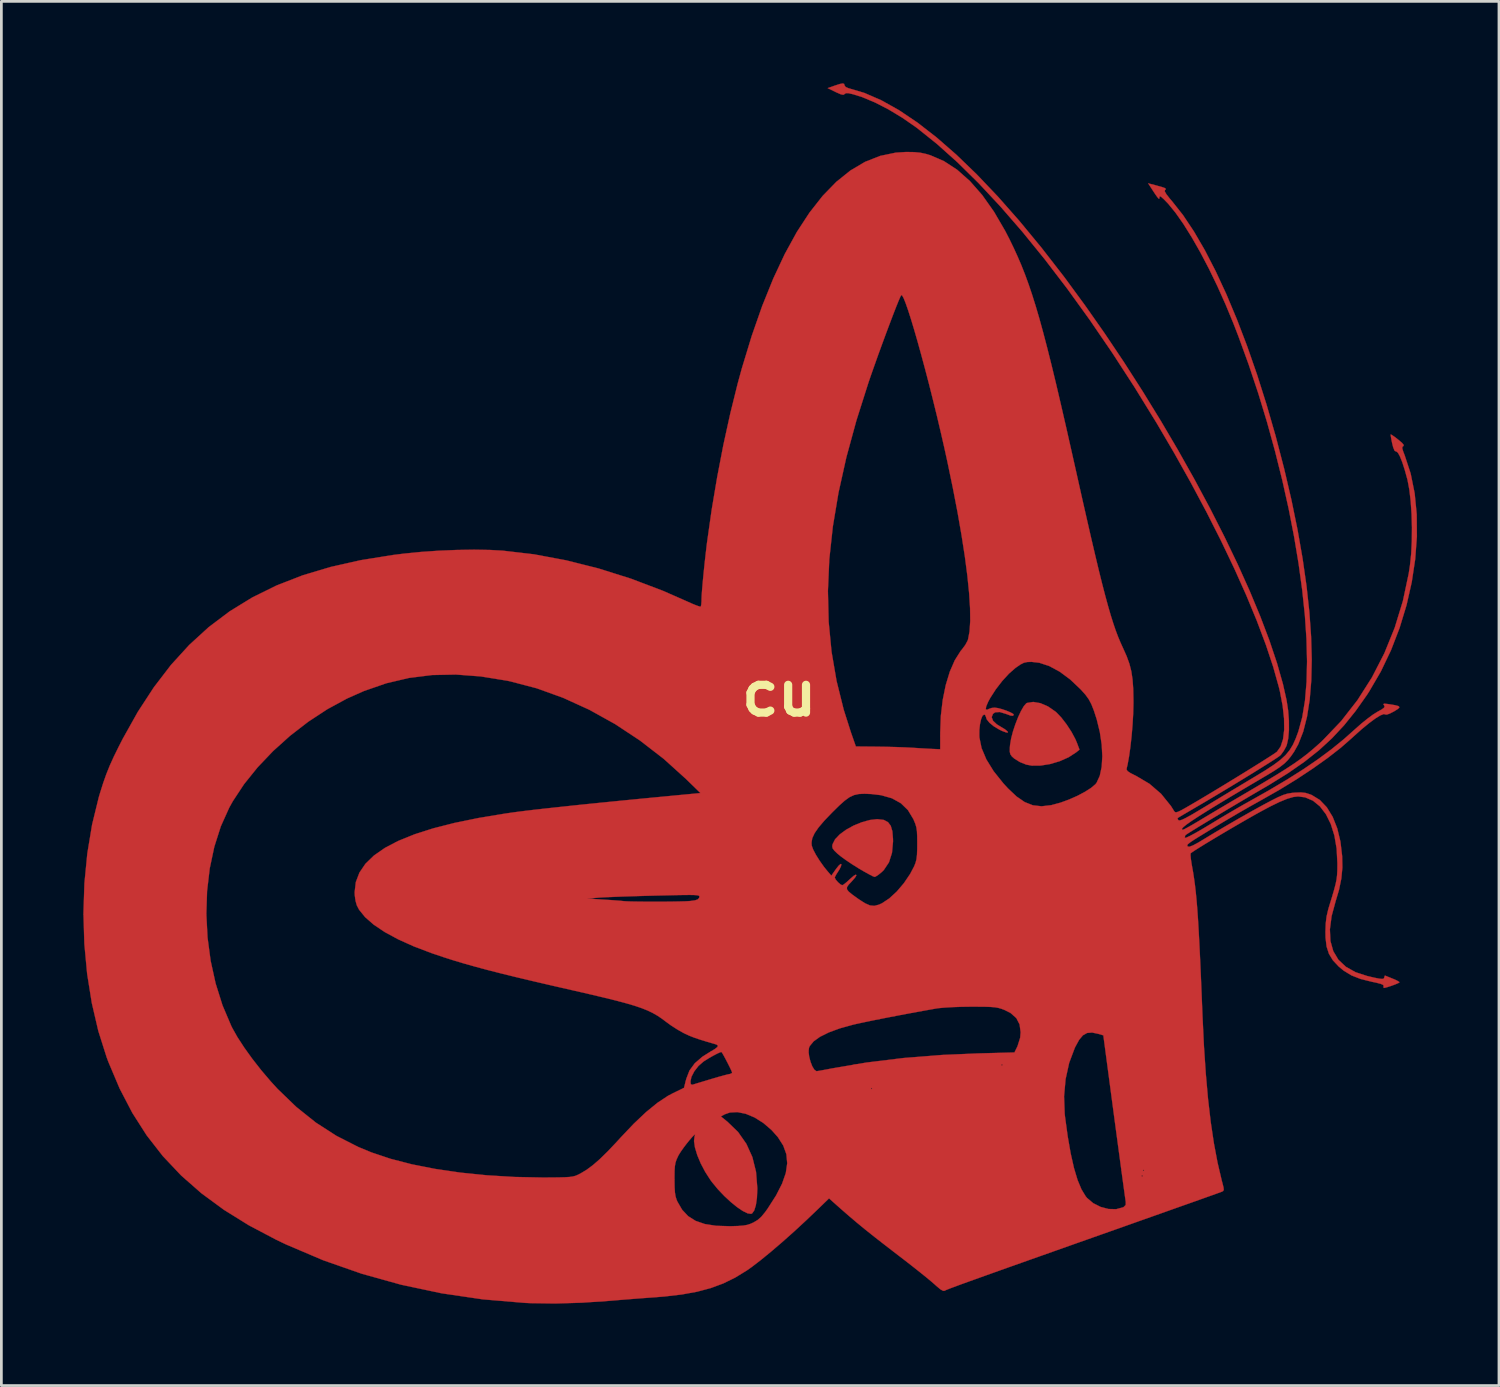
<source format=kicad_pcb>
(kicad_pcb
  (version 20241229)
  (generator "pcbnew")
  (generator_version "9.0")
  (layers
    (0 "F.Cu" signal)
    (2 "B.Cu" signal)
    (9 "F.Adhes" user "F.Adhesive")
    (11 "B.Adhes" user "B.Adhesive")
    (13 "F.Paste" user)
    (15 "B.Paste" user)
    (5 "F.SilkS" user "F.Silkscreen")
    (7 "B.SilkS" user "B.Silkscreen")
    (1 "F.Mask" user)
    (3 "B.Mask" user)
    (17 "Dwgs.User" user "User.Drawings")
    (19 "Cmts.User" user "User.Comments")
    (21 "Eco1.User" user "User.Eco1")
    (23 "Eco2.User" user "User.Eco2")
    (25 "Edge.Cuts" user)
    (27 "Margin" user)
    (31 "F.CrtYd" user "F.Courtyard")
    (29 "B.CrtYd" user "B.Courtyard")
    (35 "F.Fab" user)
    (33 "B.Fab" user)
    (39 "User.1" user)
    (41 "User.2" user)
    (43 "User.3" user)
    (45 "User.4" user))
  (footprint "cu"
    (layer "F.Cu")
    (at 25.478 22.348)
    (property "Reference" "cu" (at 0 0 0) (layer "F.SilkS") (effects (font (size 1.524 1.524) (thickness 0.3))))
    (attr through_hole)
    (fp_poly (pts (xy 9.561 0.345) (xy 9.839 0.465) (xy 10.113 0.654) (xy 10.144 0.681) (xy 10.325 0.869) (xy 10.517 1.119) (xy 10.698 1.395) (xy 10.843 1.666) (xy 10.899 1.798) (xy 10.992 2.046) (xy 10.869 2.146) (xy 10.595 2.324) (xy 10.269 2.469) (xy 9.918 2.573) (xy 9.569 2.629) (xy 9.249 2.632) (xy 9.042 2.594) (xy 8.809 2.5) (xy 8.607 2.375) (xy 8.514 2.292) (xy 8.462 2.216) (xy 8.439 2.121) (xy 8.442 1.973) (xy 8.451 1.867) (xy 8.49 1.638) (xy 8.557 1.38) (xy 8.646 1.112) (xy 8.747 0.854) (xy 8.853 0.628) (xy 8.954 0.454) (xy 9.044 0.351) (xy 9.07 0.337) (xy 9.298 0.3) (xy 9.561 0.345)) (stroke (width 0.01) (type solid)) (fill yes) (layer "F.Cu"))
    (fp_poly (pts (xy 3.815 4.617) (xy 3.835 4.623) (xy 3.982 4.702) (xy 4.082 4.834) (xy 4.141 5.033) (xy 4.164 5.312) (xy 4.166 5.407) (xy 4.128 5.823) (xy 4.017 6.171) (xy 3.831 6.45) (xy 3.757 6.524) (xy 3.632 6.626) (xy 3.53 6.692) (xy 3.492 6.706) (xy 3.425 6.681) (xy 3.292 6.612) (xy 3.11 6.512) (xy 2.901 6.389) (xy 2.9 6.388) (xy 2.667 6.242) (xy 2.441 6.09) (xy 2.252 5.952) (xy 2.144 5.865) (xy 2.016 5.743) (xy 1.953 5.657) (xy 1.94 5.577) (xy 1.952 5.51) (xy 2.044 5.328) (xy 2.217 5.147) (xy 2.451 4.976) (xy 2.725 4.825) (xy 3.019 4.705) (xy 3.312 4.623) (xy 3.584 4.591) (xy 3.815 4.617)) (stroke (width 0.01) (type solid)) (fill yes) (layer "F.Cu"))
    (fp_poly (pts (xy 2.374 -22.328) (xy 2.388 -22.277) (xy 2.431 -22.213) (xy 2.527 -22.171) (xy 3.117 -21.996) (xy 3.736 -21.727) (xy 4.385 -21.364) (xy 5.061 -20.909) (xy 5.763 -20.364) (xy 6.489 -19.73) (xy 7.237 -19.008) (xy 8.006 -18.2) (xy 8.793 -17.308) (xy 9.598 -16.332) (xy 10.419 -15.275) (xy 10.464 -15.215) (xy 11.197 -14.215) (xy 11.918 -13.187) (xy 12.622 -12.136) (xy 13.306 -11.069) (xy 13.966 -9.995) (xy 14.599 -8.919) (xy 15.2 -7.85) (xy 15.767 -6.793) (xy 16.294 -5.757) (xy 16.78 -4.747) (xy 17.219 -3.772) (xy 17.608 -2.838) (xy 17.944 -1.953) (xy 18.222 -1.123) (xy 18.44 -0.356) (xy 18.573 0.237) (xy 18.63 0.61) (xy 18.659 0.983) (xy 18.66 1.333) (xy 18.634 1.638) (xy 18.581 1.874) (xy 18.558 1.93) (xy 18.47 2.091) (xy 18.37 2.228) (xy 18.333 2.266) (xy 18.256 2.322) (xy 18.104 2.422) (xy 17.887 2.56) (xy 17.619 2.728) (xy 17.31 2.92) (xy 16.972 3.127) (xy 16.617 3.343) (xy 16.257 3.56) (xy 15.903 3.772) (xy 15.568 3.971) (xy 15.262 4.15) (xy 15.24 4.163) (xy 15.013 4.296) (xy 14.818 4.41) (xy 14.673 4.497) (xy 14.593 4.546) (xy 14.583 4.553) (xy 14.593 4.6) (xy 14.619 4.632) (xy 14.663 4.639) (xy 14.751 4.611) (xy 14.893 4.542) (xy 15.098 4.429) (xy 15.373 4.266) (xy 15.581 4.141) (xy 15.936 3.926) (xy 16.341 3.681) (xy 16.76 3.429) (xy 17.156 3.191) (xy 17.402 3.044) (xy 17.79 2.808) (xy 18.1 2.605) (xy 18.344 2.423) (xy 18.535 2.248) (xy 18.684 2.067) (xy 18.805 1.869) (xy 18.909 1.639) (xy 19.004 1.382) (xy 19.147 0.86) (xy 19.247 0.254) (xy 19.305 -0.43) (xy 19.323 -1.184) (xy 19.302 -2.001) (xy 19.243 -2.874) (xy 19.146 -3.795) (xy 19.014 -4.758) (xy 18.848 -5.755) (xy 18.648 -6.779) (xy 18.415 -7.824) (xy 18.151 -8.881) (xy 17.858 -9.944) (xy 17.535 -11.005) (xy 17.184 -12.058) (xy 16.807 -13.095) (xy 16.625 -13.564) (xy 16.34 -14.253) (xy 16.04 -14.922) (xy 15.731 -15.56) (xy 15.417 -16.158) (xy 15.105 -16.705) (xy 14.801 -17.192) (xy 14.51 -17.607) (xy 14.238 -17.941) (xy 14.077 -18.107) (xy 13.979 -18.194) (xy 13.932 -18.214) (xy 13.919 -18.172) (xy 13.919 -18.159) (xy 13.913 -18.121) (xy 13.888 -18.127) (xy 13.837 -18.188) (xy 13.75 -18.312) (xy 13.619 -18.512) (xy 13.594 -18.551) (xy 13.506 -18.686) (xy 13.802 -18.609) (xy 14.001 -18.554) (xy 14.115 -18.514) (xy 14.155 -18.481) (xy 14.136 -18.449) (xy 14.121 -18.44) (xy 14.114 -18.391) (xy 14.172 -18.289) (xy 14.299 -18.126) (xy 14.384 -18.027) (xy 14.782 -17.523) (xy 15.182 -16.924) (xy 15.582 -16.236) (xy 15.98 -15.464) (xy 16.373 -14.617) (xy 16.758 -13.698) (xy 17.133 -12.716) (xy 17.495 -11.675) (xy 17.841 -10.582) (xy 18.17 -9.444) (xy 18.477 -8.266) (xy 18.488 -8.223) (xy 18.751 -7.095) (xy 18.975 -6.003) (xy 19.159 -4.952) (xy 19.303 -3.948) (xy 19.407 -2.995) (xy 19.471 -2.097) (xy 19.495 -1.26) (xy 19.478 -0.489) (xy 19.42 0.212) (xy 19.322 0.838) (xy 19.183 1.385) (xy 19.002 1.847) (xy 18.847 2.124) (xy 18.731 2.292) (xy 18.617 2.432) (xy 18.489 2.557) (xy 18.33 2.681) (xy 18.121 2.82) (xy 17.845 2.988) (xy 17.729 3.056) (xy 17.086 3.435) (xy 16.529 3.766) (xy 16.054 4.052) (xy 15.657 4.296) (xy 15.337 4.498) (xy 15.088 4.662) (xy 14.908 4.789) (xy 14.794 4.882) (xy 14.742 4.943) (xy 14.749 4.973) (xy 14.78 4.978) (xy 14.84 4.953) (xy 14.968 4.885) (xy 15.148 4.782) (xy 15.363 4.655) (xy 15.428 4.616) (xy 15.634 4.492) (xy 15.909 4.328) (xy 16.235 4.135) (xy 16.593 3.923) (xy 16.964 3.705) (xy 17.323 3.494) (xy 17.803 3.21) (xy 18.207 2.967) (xy 18.548 2.754) (xy 18.838 2.563) (xy 19.09 2.386) (xy 19.317 2.213) (xy 19.532 2.035) (xy 19.748 1.844) (xy 19.911 1.692) (xy 20.572 1) (xy 21.169 0.234) (xy 21.698 -0.597) (xy 22.154 -1.485) (xy 22.533 -2.421) (xy 22.832 -3.398) (xy 23.046 -4.406) (xy 23.091 -4.706) (xy 23.135 -5.124) (xy 23.158 -5.591) (xy 23.163 -6.084) (xy 23.149 -6.578) (xy 23.117 -7.048) (xy 23.068 -7.469) (xy 23.003 -7.817) (xy 22.995 -7.849) (xy 22.901 -8.192) (xy 22.809 -8.476) (xy 22.723 -8.69) (xy 22.648 -8.825) (xy 22.586 -8.872) (xy 22.577 -8.87) (xy 22.527 -8.897) (xy 22.477 -9.019) (xy 22.441 -9.16) (xy 22.407 -9.325) (xy 22.387 -9.446) (xy 22.385 -9.493) (xy 22.428 -9.474) (xy 22.528 -9.405) (xy 22.66 -9.303) (xy 22.803 -9.181) (xy 22.864 -9.105) (xy 22.849 -9.066) (xy 22.847 -9.066) (xy 22.812 -9.036) (xy 22.811 -8.972) (xy 22.849 -8.852) (xy 22.897 -8.729) (xy 23.116 -8.062) (xy 23.263 -7.337) (xy 23.338 -6.566) (xy 23.344 -5.76) (xy 23.283 -4.93) (xy 23.156 -4.088) (xy 22.965 -3.244) (xy 22.711 -2.41) (xy 22.398 -1.598) (xy 22.026 -0.818) (xy 21.597 -0.083) (xy 21.508 0.054) (xy 21.099 0.633) (xy 20.68 1.153) (xy 20.237 1.628) (xy 19.756 2.071) (xy 19.223 2.493) (xy 18.622 2.91) (xy 17.94 3.333) (xy 17.774 3.43) (xy 17.426 3.633) (xy 17.062 3.847) (xy 16.694 4.065) (xy 16.33 4.281) (xy 15.984 4.489) (xy 15.665 4.681) (xy 15.385 4.851) (xy 15.154 4.993) (xy 14.984 5.1) (xy 14.885 5.166) (xy 14.866 5.18) (xy 14.846 5.255) (xy 14.854 5.275) (xy 14.905 5.266) (xy 15.03 5.208) (xy 15.216 5.109) (xy 15.451 4.975) (xy 15.723 4.812) (xy 15.736 4.805) (xy 16.05 4.614) (xy 16.384 4.415) (xy 16.708 4.225) (xy 16.996 4.059) (xy 17.17 3.962) (xy 17.923 3.538) (xy 18.592 3.141) (xy 19.189 2.764) (xy 19.726 2.397) (xy 20.215 2.034) (xy 20.668 1.665) (xy 21.091 1.288) (xy 21.308 1.096) (xy 21.532 0.915) (xy 21.737 0.763) (xy 21.894 0.665) (xy 22.057 0.574) (xy 22.141 0.511) (xy 22.162 0.463) (xy 22.141 0.423) (xy 22.116 0.38) (xy 22.147 0.364) (xy 22.254 0.373) (xy 22.329 0.383) (xy 22.548 0.419) (xy 22.672 0.453) (xy 22.707 0.494) (xy 22.657 0.551) (xy 22.529 0.632) (xy 22.501 0.649) (xy 22.354 0.724) (xy 22.244 0.763) (xy 22.198 0.76) (xy 22.132 0.743) (xy 22.004 0.794) (xy 21.821 0.907) (xy 21.593 1.076) (xy 21.326 1.295) (xy 21.03 1.56) (xy 20.955 1.629) (xy 20.555 1.979) (xy 20.075 2.353) (xy 19.531 2.74) (xy 18.94 3.131) (xy 18.317 3.513) (xy 17.705 3.861) (xy 17.282 4.098) (xy 16.802 4.373) (xy 16.295 4.671) (xy 15.791 4.973) (xy 15.317 5.263) (xy 15.202 5.335) (xy 15.062 5.428) (xy 14.966 5.504) (xy 14.935 5.542) (xy 14.956 5.594) (xy 15.023 5.599) (xy 15.146 5.552) (xy 15.334 5.452) (xy 15.56 5.316) (xy 15.954 5.077) (xy 16.393 4.818) (xy 16.849 4.554) (xy 17.297 4.301) (xy 17.709 4.074) (xy 18.013 3.912) (xy 18.259 3.788) (xy 18.447 3.707) (xy 18.607 3.657) (xy 18.769 3.63) (xy 18.878 3.62) (xy 19.101 3.612) (xy 19.271 3.631) (xy 19.438 3.685) (xy 19.496 3.708) (xy 19.791 3.889) (xy 20.047 4.158) (xy 20.261 4.507) (xy 20.428 4.928) (xy 20.545 5.413) (xy 20.608 5.946) (xy 20.616 6.362) (xy 20.579 6.759) (xy 20.494 7.174) (xy 20.369 7.595) (xy 20.222 8.139) (xy 20.159 8.625) (xy 20.179 9.053) (xy 20.283 9.424) (xy 20.47 9.737) (xy 20.742 9.994) (xy 21.097 10.194) (xy 21.527 10.334) (xy 21.787 10.395) (xy 21.964 10.43) (xy 22.073 10.441) (xy 22.13 10.429) (xy 22.148 10.394) (xy 22.149 10.383) (xy 22.168 10.323) (xy 22.187 10.321) (xy 22.253 10.348) (xy 22.379 10.399) (xy 22.467 10.434) (xy 22.603 10.494) (xy 22.691 10.545) (xy 22.708 10.564) (xy 22.664 10.593) (xy 22.556 10.639) (xy 22.415 10.691) (xy 22.274 10.737) (xy 22.165 10.766) (xy 22.133 10.77) (xy 22.119 10.732) (xy 22.127 10.702) (xy 22.111 10.661) (xy 22.022 10.621) (xy 21.85 10.576) (xy 21.707 10.547) (xy 21.29 10.444) (xy 20.949 10.311) (xy 20.661 10.135) (xy 20.479 9.984) (xy 20.268 9.757) (xy 20.125 9.522) (xy 20.038 9.255) (xy 20 8.93) (xy 19.996 8.712) (xy 20.007 8.408) (xy 20.038 8.153) (xy 20.098 7.896) (xy 20.142 7.747) (xy 20.243 7.419) (xy 20.317 7.165) (xy 20.369 6.966) (xy 20.403 6.799) (xy 20.422 6.643) (xy 20.431 6.476) (xy 20.433 6.277) (xy 20.433 6.198) (xy 20.406 5.67) (xy 20.324 5.192) (xy 20.192 4.77) (xy 20.015 4.412) (xy 19.796 4.125) (xy 19.541 3.916) (xy 19.252 3.792) (xy 18.996 3.759) (xy 18.819 3.78) (xy 18.597 3.845) (xy 18.321 3.958) (xy 17.981 4.123) (xy 17.653 4.298) (xy 17.398 4.439) (xy 17.11 4.603) (xy 16.8 4.782) (xy 16.481 4.968) (xy 16.166 5.154) (xy 15.867 5.333) (xy 15.597 5.496) (xy 15.369 5.637) (xy 15.196 5.747) (xy 15.089 5.82) (xy 15.061 5.844) (xy 15.057 5.912) (xy 15.07 6.053) (xy 15.099 6.241) (xy 15.111 6.31) (xy 15.151 6.534) (xy 15.186 6.762) (xy 15.219 7.002) (xy 15.249 7.262) (xy 15.277 7.552) (xy 15.304 7.878) (xy 15.33 8.249) (xy 15.355 8.673) (xy 15.381 9.159) (xy 15.408 9.715) (xy 15.436 10.348) (xy 15.466 11.068) (xy 15.495 11.786) (xy 15.548 12.893) (xy 15.616 13.907) (xy 15.698 14.835) (xy 15.797 15.683) (xy 15.913 16.459) (xy 16.047 17.169) (xy 16.2 17.821) (xy 16.227 17.923) (xy 16.266 18.078) (xy 16.274 18.163) (xy 16.248 18.207) (xy 16.189 18.236) (xy 16.123 18.26) (xy 15.97 18.315) (xy 15.737 18.398) (xy 15.432 18.507) (xy 15.063 18.638) (xy 14.638 18.788) (xy 14.165 18.956) (xy 13.651 19.138) (xy 13.105 19.331) (xy 12.675 19.484) (xy 11.743 19.813) (xy 10.903 20.11) (xy 10.149 20.377) (xy 9.477 20.615) (xy 8.882 20.826) (xy 8.36 21.011) (xy 7.906 21.173) (xy 7.514 21.313) (xy 7.182 21.432) (xy 6.903 21.532) (xy 6.674 21.615) (xy 6.489 21.683) (xy 6.344 21.737) (xy 6.235 21.778) (xy 6.156 21.81) (xy 6.103 21.832) (xy 6.071 21.848) (xy 6.058 21.856) (xy 5.999 21.86) (xy 5.897 21.802) (xy 5.744 21.673) (xy 5.696 21.629) (xy 5.571 21.521) (xy 5.381 21.363) (xy 5.14 21.169) (xy 4.863 20.95) (xy 4.565 20.718) (xy 4.348 20.552) (xy 3.89 20.199) (xy 3.497 19.893) (xy 3.153 19.619) (xy 2.842 19.363) (xy 2.546 19.112) (xy 2.248 18.852) (xy 2.161 18.775) (xy 1.823 18.474) (xy 1.432 18.853) (xy 0.987 19.278) (xy 0.542 19.689) (xy 0.108 20.075) (xy -0.302 20.426) (xy -0.676 20.732) (xy -1.001 20.982) (xy -1.194 21.118) (xy -1.614 21.375) (xy -2.046 21.587) (xy -2.505 21.757) (xy -3.007 21.891) (xy -3.568 21.993) (xy -4.205 22.067) (xy -4.578 22.097) (xy -4.927 22.122) (xy -5.332 22.153) (xy -5.747 22.186) (xy -6.126 22.218) (xy -6.198 22.224) (xy -7.231 22.294) (xy -8.205 22.323) (xy -9.105 22.31) (xy -9.322 22.3) (xy -10.852 22.171) (xy -12.361 21.949) (xy -13.843 21.635) (xy -15.291 21.231) (xy -16.697 20.739) (xy -18.055 20.161) (xy -18.415 19.989) (xy -19.419 19.459) (xy -20.33 18.893) (xy -21.155 18.287) (xy -21.809 17.712) (xy -3.835 17.712) (xy -3.835 17.78) (xy -3.831 18.056) (xy -3.819 18.256) (xy -3.795 18.405) (xy -3.755 18.531) (xy -3.728 18.593) (xy -3.555 18.891) (xy -3.336 19.125) (xy -3.062 19.298) (xy -2.724 19.414) (xy -2.313 19.478) (xy -1.82 19.493) (xy -1.778 19.493) (xy -1.51 19.485) (xy -1.317 19.47) (xy -1.172 19.445) (xy -1.048 19.404) (xy -0.94 19.355) (xy -0.788 19.264) (xy -0.655 19.146) (xy -0.514 18.974) (xy -0.423 18.847) (xy -0.117 18.369) (xy 0.103 17.938) (xy 0.24 17.548) (xy 0.292 17.19) (xy 0.261 16.856) (xy 0.146 16.539) (xy -0.051 16.231) (xy -0.281 15.973) (xy -0.585 15.712) (xy -0.904 15.512) (xy -1.225 15.378) (xy -1.532 15.316) (xy -1.81 15.331) (xy -1.996 15.397) (xy -2.138 15.474) (xy -1.895 15.67) (xy -1.507 16.045) (xy -1.204 16.477) (xy -0.984 16.963) (xy -0.85 17.502) (xy -0.803 18.092) (xy -0.803 18.136) (xy -0.817 18.46) (xy -0.856 18.723) (xy -0.915 18.915) (xy -0.992 19.023) (xy -1.032 19.041) (xy -1.159 19.022) (xy -1.336 18.935) (xy -1.547 18.792) (xy -1.778 18.604) (xy -2.016 18.383) (xy -2.246 18.141) (xy -2.454 17.889) (xy -2.52 17.8) (xy -2.713 17.5) (xy -2.876 17.19) (xy -3.002 16.888) (xy -3.086 16.61) (xy -3.12 16.375) (xy -3.1 16.2) (xy -3.091 16.18) (xy -3.079 16.134) (xy -3.116 16.155) (xy -3.188 16.229) (xy -3.285 16.341) (xy -3.395 16.477) (xy -3.505 16.622) (xy -3.603 16.761) (xy -3.678 16.881) (xy -3.697 16.916) (xy -3.758 17.048) (xy -3.798 17.166) (xy -3.821 17.298) (xy -3.832 17.471) (xy -3.835 17.712) (xy -21.809 17.712) (xy -21.898 17.634) (xy -22.564 16.929) (xy -23.158 16.167) (xy -23.684 15.343) (xy -24.149 14.45) (xy -24.558 13.484) (xy -24.623 13.31) (xy -24.929 12.345) (xy -25.167 11.321) (xy -25.338 10.252) (xy -25.44 9.154) (xy -25.472 8.068) (xy -20.974 8.068) (xy -20.93 8.924) (xy -20.817 9.774) (xy -20.634 10.606) (xy -20.382 11.408) (xy -20.06 12.165) (xy -20.028 12.23) (xy -19.838 12.568) (xy -19.587 12.954) (xy -19.291 13.366) (xy -18.963 13.785) (xy -18.619 14.189) (xy -18.368 14.464) (xy -17.679 15.129) (xy -16.963 15.701) (xy -16.21 16.186) (xy -15.41 16.593) (xy -14.925 16.793) (xy -14.23 17.026) (xy -13.448 17.228) (xy -12.593 17.396) (xy -11.675 17.531) (xy -10.707 17.629) (xy -9.701 17.69) (xy -8.668 17.711) (xy -8.407 17.71) (xy -8.09 17.707) (xy -7.855 17.701) (xy -7.685 17.691) (xy -7.559 17.674) (xy -7.46 17.648) (xy -7.368 17.609) (xy -7.281 17.565) (xy -7.058 17.432) (xy -6.823 17.258) (xy -6.567 17.035) (xy -6.277 16.751) (xy -5.943 16.398) (xy -5.817 16.259) (xy -5.326 15.741) (xy -4.873 15.313) (xy -4.456 14.973) (xy -4.1 14.738) (xy 10.427 14.738) (xy 10.45 15.373) (xy 10.461 15.475) (xy 10.56 16.202) (xy 10.67 16.831) (xy 10.79 17.363) (xy 10.921 17.8) (xy 11.064 18.144) (xy 11.219 18.399) (xy 11.269 18.459) (xy 11.495 18.651) (xy 11.765 18.787) (xy 12.054 18.863) (xy 12.335 18.87) (xy 12.583 18.803) (xy 12.61 18.79) (xy 12.684 18.714) (xy 12.685 18.601) (xy 12.674 18.527) (xy 12.651 18.362) (xy 12.617 18.114) (xy 12.573 17.794) (xy 12.554 17.653) (xy 13.259 17.653) (xy 13.284 17.678) (xy 13.31 17.653) (xy 13.284 17.628) (xy 13.259 17.653) (xy 12.554 17.653) (xy 12.526 17.45) (xy 13.31 17.45) (xy 13.335 17.475) (xy 13.36 17.45) (xy 13.335 17.424) (xy 13.31 17.45) (xy 12.526 17.45) (xy 12.521 17.41) (xy 12.462 16.972) (xy 12.397 16.49) (xy 12.327 15.971) (xy 12.262 15.486) (xy 11.865 12.506) (xy 11.68 12.451) (xy 11.453 12.403) (xy 11.271 12.418) (xy 11.118 12.504) (xy 10.978 12.671) (xy 10.838 12.927) (xy 10.819 12.967) (xy 10.614 13.513) (xy 10.483 14.11) (xy 10.427 14.738) (xy -4.1 14.738) (xy -4.07 14.718) (xy -3.893 14.625) (xy -3.538 14.453) (xy 3.353 14.453) (xy 3.378 14.478) (xy 3.404 14.453) (xy 3.378 14.427) (xy 3.353 14.453) (xy -3.538 14.453) (xy -3.487 14.428) (xy -3.429 14.196) (xy -3.251 14.196) (xy -3.238 14.295) (xy -3.187 14.315) (xy -3.162 14.309) (xy -3.081 14.284) (xy -2.924 14.236) (xy -2.715 14.173) (xy -2.476 14.101) (xy -2.472 14.1) (xy -2.235 14.03) (xy -2.029 13.973) (xy -1.877 13.934) (xy -1.8 13.919) (xy -1.799 13.919) (xy -1.734 13.888) (xy -1.727 13.864) (xy -1.749 13.804) (xy -1.807 13.682) (xy -1.885 13.526) (xy -1.97 13.363) (xy -2.048 13.22) (xy -2.105 13.125) (xy -2.112 13.116) (xy -2.162 13.125) (xy -2.274 13.176) (xy -2.425 13.255) (xy -2.59 13.35) (xy -2.746 13.447) (xy -2.78 13.471) (xy -2.958 13.627) (xy -3.109 13.821) (xy -3.214 14.023) (xy -3.251 14.196) (xy -3.429 14.196) (xy -3.403 14.096) (xy -3.286 13.794) (xy -3.092 13.528) (xy -2.812 13.287) (xy -2.553 13.124) (xy -2.519 13.104) (xy 1.074 13.104) (xy 1.095 13.281) (xy 1.143 13.469) (xy 1.209 13.639) (xy 1.285 13.764) (xy 1.361 13.817) (xy 1.367 13.818) (xy 1.435 13.808) (xy 1.578 13.783) (xy 1.773 13.747) (xy 1.914 13.719) (xy 2.68 13.589) (xy 8.128 13.589) (xy 8.153 13.614) (xy 8.179 13.589) (xy 8.153 13.564) (xy 8.128 13.589) (xy 2.68 13.589) (xy 3.19 13.502) (xy 4.545 13.336) (xy 5.971 13.223) (xy 7.284 13.167) (xy 8.611 13.132) (xy 8.723 12.903) (xy 8.82 12.593) (xy 8.837 12.39) (xy 8.799 12.105) (xy 8.678 11.873) (xy 8.47 11.689) (xy 8.245 11.575) (xy 8.131 11.532) (xy 8.022 11.501) (xy 7.899 11.479) (xy 7.743 11.466) (xy 7.535 11.459) (xy 7.256 11.457) (xy 7.036 11.456) (xy 6.677 11.461) (xy 6.336 11.473) (xy 6.039 11.491) (xy 5.808 11.513) (xy 5.74 11.524) (xy 5.281 11.606) (xy 4.807 11.693) (xy 4.338 11.781) (xy 3.889 11.868) (xy 3.479 11.949) (xy 3.123 12.023) (xy 2.839 12.084) (xy 2.701 12.116) (xy 2.221 12.249) (xy 1.817 12.397) (xy 1.494 12.557) (xy 1.259 12.725) (xy 1.117 12.898) (xy 1.089 12.963) (xy 1.074 13.104) (xy -2.519 13.104) (xy -2.366 13.012) (xy -2.265 12.934) (xy -2.245 12.88) (xy -2.298 12.842) (xy -2.324 12.834) (xy -2.662 12.735) (xy -2.921 12.655) (xy -3.125 12.585) (xy -3.292 12.519) (xy -3.445 12.449) (xy -3.505 12.419) (xy -3.725 12.295) (xy -3.964 12.141) (xy -4.14 12.013) (xy -4.301 11.892) (xy -4.461 11.785) (xy -4.631 11.688) (xy -4.819 11.597) (xy -5.036 11.51) (xy -5.292 11.423) (xy -5.598 11.333) (xy -5.963 11.235) (xy -6.397 11.128) (xy -6.911 11.006) (xy -7.512 10.868) (xy -8.306 10.686) (xy -9.012 10.522) (xy -9.638 10.373) (xy -10.194 10.236) (xy -10.692 10.109) (xy -11.14 9.988) (xy -11.549 9.873) (xy -11.929 9.759) (xy -12.29 9.644) (xy -12.643 9.525) (xy -12.738 9.492) (xy -13.383 9.247) (xy -13.953 8.99) (xy -14.443 8.724) (xy -14.847 8.453) (xy -15.162 8.178) (xy -15.383 7.904) (xy -15.466 7.744) (xy -15.511 7.584) (xy -15.523 7.498) (xy -7.036 7.498) (xy -6.426 7.536) (xy -6.179 7.552) (xy -5.961 7.568) (xy -5.798 7.581) (xy -5.715 7.59) (xy -5.609 7.598) (xy -5.421 7.605) (xy -5.169 7.609) (xy -4.875 7.612) (xy -4.556 7.613) (xy -4.233 7.612) (xy -3.924 7.609) (xy -3.649 7.604) (xy -3.428 7.598) (xy -3.28 7.589) (xy -3.263 7.588) (xy -3.084 7.563) (xy -2.983 7.529) (xy -2.936 7.477) (xy -2.928 7.453) (xy -2.923 7.425) (xy -2.93 7.403) (xy -2.96 7.386) (xy -3.024 7.375) (xy -3.131 7.368) (xy -3.291 7.366) (xy -3.516 7.368) (xy -3.815 7.373) (xy -4.198 7.382) (xy -4.511 7.389) (xy -4.931 7.4) (xy -5.341 7.412) (xy -5.723 7.424) (xy -6.061 7.437) (xy -6.336 7.449) (xy -6.534 7.459) (xy -6.579 7.462) (xy -7.036 7.498) (xy -15.523 7.498) (xy -15.54 7.38) (xy -15.545 7.265) (xy -15.501 6.894) (xy -15.369 6.548) (xy -15.149 6.224) (xy -14.837 5.922) (xy -14.434 5.642) (xy -14.066 5.45) (xy 1.181 5.45) (xy 1.19 5.562) (xy 1.241 5.703) (xy 1.343 5.897) (xy 1.481 6.117) (xy 1.639 6.339) (xy 1.763 6.492) (xy 1.907 6.66) (xy 2.079 6.416) (xy 2.178 6.291) (xy 2.248 6.232) (xy 2.274 6.238) (xy 2.26 6.317) (xy 2.201 6.438) (xy 2.164 6.495) (xy 2.085 6.619) (xy 2.038 6.71) (xy 2.032 6.73) (xy 2.067 6.803) (xy 2.148 6.898) (xy 2.241 6.979) (xy 2.306 7.01) (xy 2.368 6.977) (xy 2.474 6.891) (xy 2.575 6.798) (xy 2.72 6.67) (xy 2.805 6.622) (xy 2.825 6.646) (xy 2.773 6.734) (xy 2.645 6.88) (xy 2.643 6.882) (xy 2.538 6.993) (xy 2.481 7.079) (xy 2.478 7.156) (xy 2.537 7.239) (xy 2.664 7.345) (xy 2.866 7.491) (xy 2.916 7.526) (xy 3.142 7.671) (xy 3.322 7.75) (xy 3.483 7.765) (xy 3.65 7.721) (xy 3.764 7.669) (xy 4.03 7.492) (xy 4.304 7.24) (xy 4.564 6.934) (xy 4.792 6.597) (xy 4.939 6.318) (xy 4.99 6.19) (xy 5.024 6.058) (xy 5.043 5.896) (xy 5.051 5.676) (xy 5.052 5.486) (xy 5.05 5.224) (xy 5.041 5.035) (xy 5.02 4.891) (xy 4.982 4.762) (xy 4.923 4.62) (xy 4.907 4.584) (xy 4.711 4.259) (xy 4.452 4.008) (xy 4.127 3.827) (xy 3.729 3.714) (xy 3.378 3.672) (xy 3.122 3.661) (xy 2.916 3.67) (xy 2.739 3.709) (xy 2.573 3.786) (xy 2.398 3.912) (xy 2.194 4.094) (xy 1.943 4.341) (xy 1.654 4.642) (xy 1.44 4.893) (xy 1.294 5.104) (xy 1.21 5.286) (xy 1.181 5.45) (xy -14.066 5.45) (xy -13.939 5.384) (xy -13.349 5.145) (xy -12.665 4.927) (xy -11.884 4.728) (xy -11.006 4.548) (xy -10.029 4.386) (xy -9.71 4.34) (xy -9.402 4.3) (xy -8.998 4.251) (xy -8.507 4.196) (xy -7.933 4.134) (xy -7.283 4.065) (xy -6.563 3.992) (xy -5.781 3.914) (xy -4.942 3.832) (xy -4.052 3.747) (xy -3.843 3.727) (xy -2.885 3.636) (xy -3.411 3.123) (xy -4.23 2.383) (xy -5.1 1.711) (xy -6.01 1.11) (xy -6.949 0.588) (xy -7.909 0.15) (xy -8.879 -0.2) (xy -9.848 -0.454) (xy -9.968 -0.479) (xy -10.926 -0.634) (xy -11.837 -0.703) (xy -12.711 -0.685) (xy -13.557 -0.579) (xy -14.385 -0.384) (xy -15.205 -0.1) (xy -15.824 0.175) (xy -16.541 0.564) (xy -17.24 1.022) (xy -17.908 1.538) (xy -18.531 2.099) (xy -19.097 2.693) (xy -19.592 3.308) (xy -20.004 3.933) (xy -20.135 4.168) (xy -20.444 4.854) (xy -20.682 5.601) (xy -20.85 6.394) (xy -20.947 7.22) (xy -20.974 8.068) (xy -25.472 8.068) (xy -25.473 8.042) (xy -25.437 6.934) (xy -25.331 5.844) (xy -25.156 4.788) (xy -24.91 3.782) (xy -24.864 3.628) (xy -24.75 3.267) (xy -24.636 2.944) (xy -24.511 2.633) (xy -24.363 2.306) (xy -24.182 1.938) (xy -24.035 1.651) (xy -23.482 0.663) (xy -22.895 -0.237) (xy -22.27 -1.052) (xy -21.602 -1.785) (xy -20.886 -2.44) (xy -20.117 -3.019) (xy -19.291 -3.526) (xy -18.403 -3.964) (xy -17.449 -4.335) (xy -16.423 -4.642) (xy -15.322 -4.89) (xy -14.14 -5.08) (xy -13.738 -5.13) (xy -13.115 -5.192) (xy -12.462 -5.237) (xy -11.806 -5.264) (xy -11.172 -5.274) (xy -10.588 -5.264) (xy -10.121 -5.238) (xy -8.981 -5.105) (xy -7.809 -4.886) (xy -6.62 -4.588) (xy -5.429 -4.213) (xy -4.254 -3.767) (xy -3.381 -3.383) (xy -3.18 -3.293) (xy -3.015 -3.227) (xy -2.906 -3.191) (xy -2.874 -3.189) (xy -2.857 -3.252) (xy -2.846 -3.381) (xy -2.845 -3.457) (xy -2.839 -3.605) (xy -2.828 -3.762) (xy 1.782 -3.762) (xy 1.809 -2.635) (xy 1.915 -1.538) (xy 2.099 -0.466) (xy 2.361 0.587) (xy 2.623 1.41) (xy 2.805 1.93) (xy 3.574 1.937) (xy 3.905 1.942) (xy 4.257 1.951) (xy 4.592 1.963) (xy 4.87 1.977) (xy 4.902 1.979) (xy 5.156 1.995) (xy 5.395 2.009) (xy 5.588 2.019) (xy 5.677 2.023) (xy 5.893 2.032) (xy 5.893 1.547) (xy 7.324 1.547) (xy 7.328 1.6) (xy 7.407 1.99) (xy 7.582 2.404) (xy 7.85 2.838) (xy 8.211 3.288) (xy 8.374 3.465) (xy 8.688 3.761) (xy 8.986 3.966) (xy 9.285 4.084) (xy 9.603 4.12) (xy 9.957 4.079) (xy 10.297 3.987) (xy 10.611 3.872) (xy 10.916 3.737) (xy 11.191 3.591) (xy 11.417 3.447) (xy 11.574 3.314) (xy 11.616 3.262) (xy 11.734 3.007) (xy 11.804 2.678) (xy 11.828 2.291) (xy 11.805 1.861) (xy 11.737 1.404) (xy 11.623 0.936) (xy 11.519 0.616) (xy 11.428 0.385) (xy 11.333 0.205) (xy 11.21 0.035) (xy 11.034 -0.161) (xy 11.03 -0.165) (xy 10.653 -0.522) (xy 10.269 -0.807) (xy 9.888 -1.013) (xy 9.52 -1.135) (xy 9.238 -1.167) (xy 9.08 -1.162) (xy 8.957 -1.135) (xy 8.833 -1.073) (xy 8.673 -0.963) (xy 8.644 -0.942) (xy 8.41 -0.737) (xy 8.162 -0.466) (xy 7.926 -0.16) (xy 7.725 0.153) (xy 7.651 0.289) (xy 7.576 0.464) (xy 7.561 0.565) (xy 7.606 0.588) (xy 7.673 0.556) (xy 7.779 0.52) (xy 7.885 0.509) (xy 8.004 0.525) (xy 8.161 0.566) (xy 8.326 0.623) (xy 8.47 0.684) (xy 8.564 0.738) (xy 8.585 0.766) (xy 8.558 0.807) (xy 8.468 0.799) (xy 8.304 0.739) (xy 8.298 0.737) (xy 8.073 0.669) (xy 7.907 0.679) (xy 7.824 0.736) (xy 7.777 0.858) (xy 7.827 0.99) (xy 7.967 1.121) (xy 8.074 1.187) (xy 8.257 1.297) (xy 8.356 1.377) (xy 8.373 1.419) (xy 8.309 1.417) (xy 8.164 1.364) (xy 8.062 1.315) (xy 7.858 1.194) (xy 7.696 1.061) (xy 7.594 0.934) (xy 7.569 0.854) (xy 7.537 0.777) (xy 7.498 0.762) (xy 7.44 0.809) (xy 7.389 0.934) (xy 7.349 1.114) (xy 7.326 1.326) (xy 7.324 1.547) (xy 5.893 1.547) (xy 5.893 1.426) (xy 5.916 0.812) (xy 5.985 0.226) (xy 6.095 -0.317) (xy 6.243 -0.805) (xy 6.426 -1.225) (xy 6.64 -1.564) (xy 6.701 -1.638) (xy 6.812 -1.788) (xy 6.895 -1.943) (xy 6.912 -1.991) (xy 6.967 -2.281) (xy 6.992 -2.663) (xy 6.986 -3.133) (xy 6.951 -3.687) (xy 6.887 -4.32) (xy 6.795 -5.027) (xy 6.674 -5.804) (xy 6.527 -6.647) (xy 6.352 -7.551) (xy 6.152 -8.512) (xy 6.041 -9.017) (xy 5.908 -9.598) (xy 5.77 -10.183) (xy 5.627 -10.764) (xy 5.484 -11.333) (xy 5.341 -11.881) (xy 5.201 -12.401) (xy 5.067 -12.886) (xy 4.94 -13.326) (xy 4.823 -13.713) (xy 4.718 -14.041) (xy 4.627 -14.301) (xy 4.553 -14.484) (xy 4.498 -14.583) (xy 4.467 -14.595) (xy 4.432 -14.53) (xy 4.368 -14.381) (xy 4.279 -14.162) (xy 4.171 -13.884) (xy 4.048 -13.56) (xy 3.914 -13.203) (xy 3.775 -12.826) (xy 3.634 -12.44) (xy 3.498 -12.058) (xy 3.369 -11.693) (xy 3.27 -11.405) (xy 2.824 -10.002) (xy 2.457 -8.657) (xy 2.17 -7.365) (xy 1.962 -6.122) (xy 1.832 -4.922) (xy 1.782 -3.762) (xy -2.828 -3.762) (xy -2.822 -3.835) (xy -2.797 -4.125) (xy -2.765 -4.457) (xy -2.728 -4.811) (xy -2.688 -5.167) (xy -2.648 -5.505) (xy -2.64 -5.563) (xy -2.473 -6.741) (xy -2.272 -7.934) (xy -2.044 -9.117) (xy -1.792 -10.264) (xy -1.523 -11.35) (xy -1.369 -11.913) (xy -1.007 -13.102) (xy -0.624 -14.197) (xy -0.221 -15.195) (xy 0.202 -16.098) (xy 0.644 -16.904) (xy 1.107 -17.613) (xy 1.588 -18.225) (xy 2.088 -18.74) (xy 2.606 -19.156) (xy 3.142 -19.473) (xy 3.696 -19.691) (xy 4.268 -19.81) (xy 4.648 -19.834) (xy 4.935 -19.829) (xy 5.162 -19.808) (xy 5.372 -19.763) (xy 5.531 -19.715) (xy 6.03 -19.499) (xy 6.514 -19.183) (xy 6.981 -18.769) (xy 7.43 -18.258) (xy 7.86 -17.65) (xy 8.27 -16.947) (xy 8.43 -16.637) (xy 8.582 -16.323) (xy 8.726 -16.008) (xy 8.864 -15.687) (xy 8.997 -15.351) (xy 9.127 -14.995) (xy 9.257 -14.611) (xy 9.388 -14.193) (xy 9.523 -13.734) (xy 9.662 -13.228) (xy 9.809 -12.667) (xy 9.965 -12.045) (xy 10.132 -11.355) (xy 10.311 -10.59) (xy 10.506 -9.743) (xy 10.717 -8.808) (xy 10.87 -8.128) (xy 11.07 -7.233) (xy 11.252 -6.431) (xy 11.416 -5.715) (xy 11.565 -5.079) (xy 11.699 -4.517) (xy 11.822 -4.022) (xy 11.935 -3.587) (xy 12.039 -3.206) (xy 12.136 -2.872) (xy 12.228 -2.58) (xy 12.316 -2.321) (xy 12.403 -2.091) (xy 12.49 -1.882) (xy 12.578 -1.688) (xy 12.582 -1.68) (xy 12.717 -1.378) (xy 12.818 -1.101) (xy 12.889 -0.824) (xy 12.934 -0.525) (xy 12.959 -0.178) (xy 12.967 0.24) (xy 12.967 0.356) (xy 12.958 0.725) (xy 12.935 1.129) (xy 12.9 1.544) (xy 12.856 1.943) (xy 12.805 2.304) (xy 12.751 2.601) (xy 12.721 2.723) (xy 12.718 2.782) (xy 12.758 2.837) (xy 12.855 2.902) (xy 13.026 2.989) (xy 13.064 3.007) (xy 13.553 3.296) (xy 13.978 3.662) (xy 14.337 4.106) (xy 14.457 4.296) (xy 14.486 4.331) (xy 14.529 4.341) (xy 14.603 4.32) (xy 14.722 4.263) (xy 14.902 4.162) (xy 15.066 4.067) (xy 15.356 3.897) (xy 15.679 3.704) (xy 16.025 3.496) (xy 16.381 3.28) (xy 16.736 3.063) (xy 17.079 2.852) (xy 17.398 2.654) (xy 17.681 2.477) (xy 17.917 2.327) (xy 18.095 2.212) (xy 18.201 2.138) (xy 18.223 2.121) (xy 18.356 1.933) (xy 18.444 1.663) (xy 18.486 1.319) (xy 18.481 0.91) (xy 18.43 0.445) (xy 18.333 -0.068) (xy 18.293 -0.237) (xy 18.085 -0.982) (xy 17.814 -1.796) (xy 17.484 -2.672) (xy 17.099 -3.603) (xy 16.661 -4.581) (xy 16.175 -5.599) (xy 15.644 -6.648) (xy 15.071 -7.722) (xy 14.46 -8.813) (xy 13.816 -9.911) (xy 13.007 -11.224) (xy 12.189 -12.485) (xy 11.366 -13.689) (xy 10.541 -14.832) (xy 9.718 -15.908) (xy 8.9 -16.914) (xy 8.092 -17.844) (xy 7.297 -18.695) (xy 6.518 -19.462) (xy 5.76 -20.14) (xy 5.026 -20.726) (xy 5.006 -20.74) (xy 4.505 -21.088) (xy 3.997 -21.394) (xy 3.5 -21.649) (xy 3.034 -21.844) (xy 2.701 -21.948) (xy 2.537 -21.985) (xy 2.444 -21.988) (xy 2.396 -21.959) (xy 2.392 -21.953) (xy 2.346 -21.927) (xy 2.255 -21.945) (xy 2.099 -22.013) (xy 2.063 -22.03) (xy 1.773 -22.172) (xy 2.017 -22.258) (xy 2.206 -22.32) (xy 2.319 -22.343) (xy 2.374 -22.328)) (stroke (width 0.01) (type solid)) (fill yes) (layer "F.Cu")))
  (gr_rect
    (start -3 -3)
    (end 51.827 47.676)
    (stroke (width 0.1) (type default))
    (fill no)
    (layer "Edge.Cuts")))
</source>
